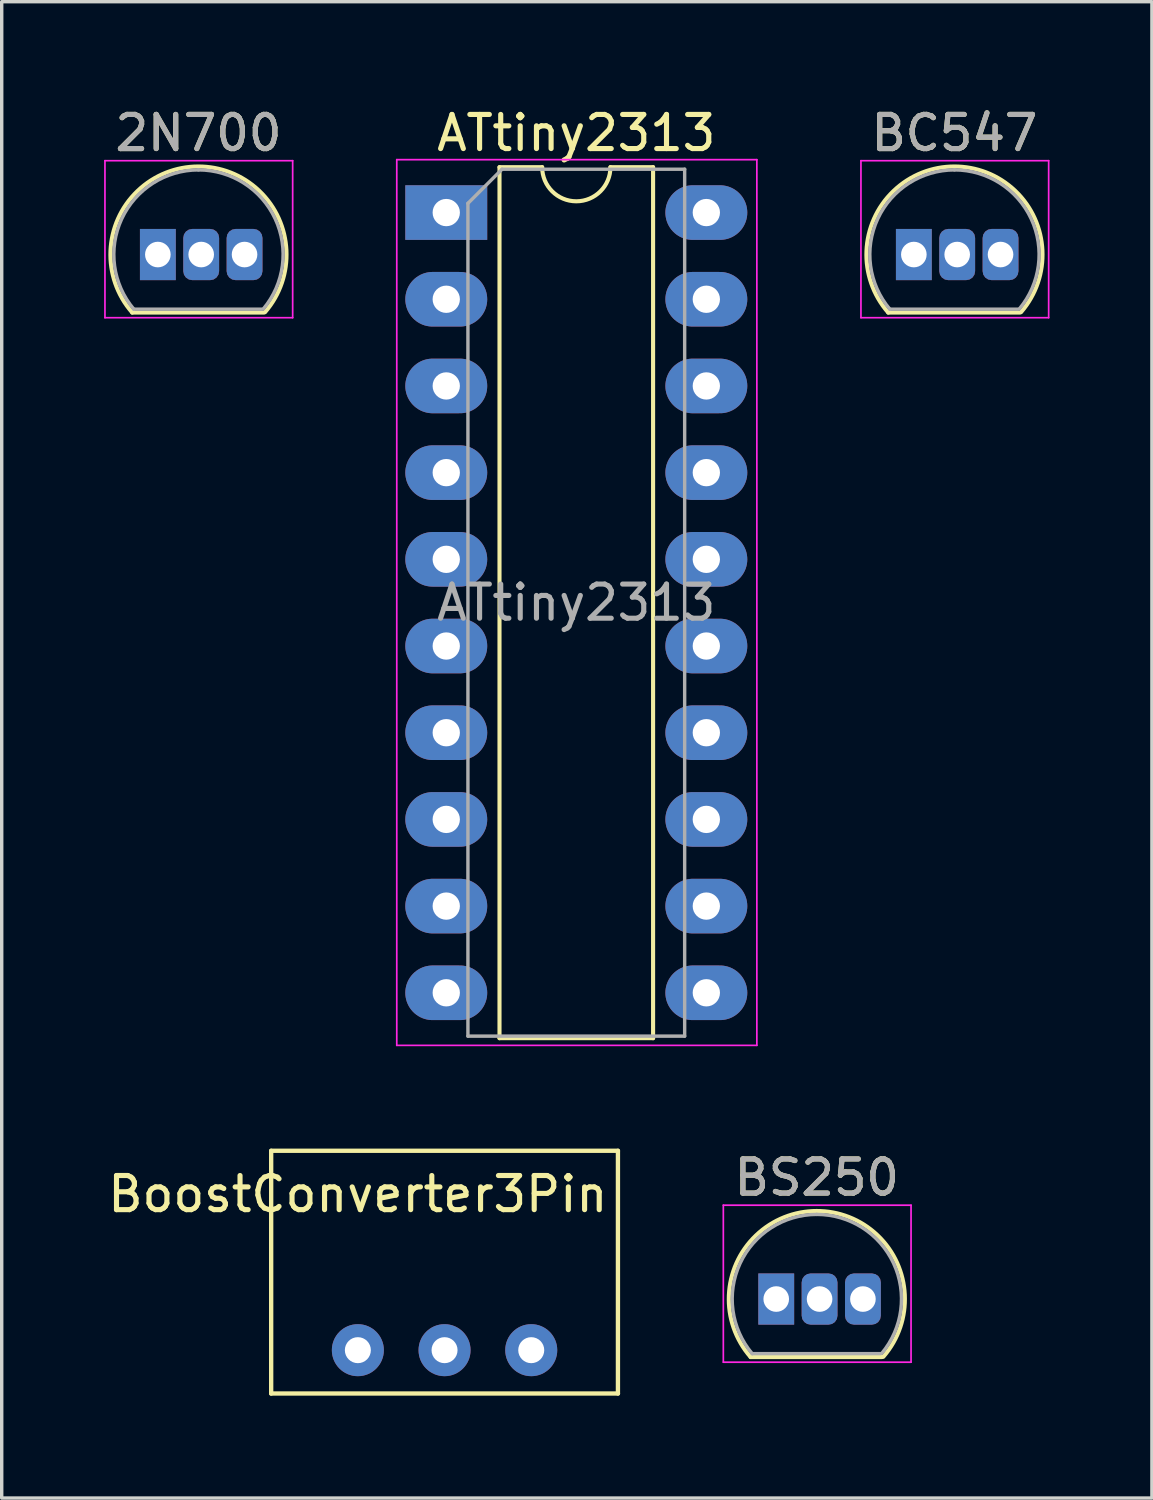
<source format=kicad_pcb>
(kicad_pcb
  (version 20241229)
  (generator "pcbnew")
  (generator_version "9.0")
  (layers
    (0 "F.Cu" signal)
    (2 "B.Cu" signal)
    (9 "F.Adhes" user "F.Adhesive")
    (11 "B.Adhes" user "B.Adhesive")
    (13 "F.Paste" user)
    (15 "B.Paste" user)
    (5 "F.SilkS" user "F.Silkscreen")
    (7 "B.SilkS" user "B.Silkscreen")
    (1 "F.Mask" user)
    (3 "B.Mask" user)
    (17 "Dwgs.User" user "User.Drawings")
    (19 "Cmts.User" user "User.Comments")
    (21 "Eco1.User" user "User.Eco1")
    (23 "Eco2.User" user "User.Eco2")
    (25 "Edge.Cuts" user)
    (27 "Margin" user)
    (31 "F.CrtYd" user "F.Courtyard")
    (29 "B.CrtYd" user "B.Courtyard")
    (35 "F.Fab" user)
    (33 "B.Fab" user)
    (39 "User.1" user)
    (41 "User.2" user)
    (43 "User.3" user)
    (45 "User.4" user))
  (footprint "2N700"
    (layer "F.Cu")
    (at 1.575 4.408)
    (property "Reference" "2N700" (at 1.19 -3.56 0) (layer "F.SilkS") (effects (font (size 1 1) (thickness 0.15))))
    (attr through_hole)
    (fp_line (start -0.75 1.7) (end 3.1 1.7) (stroke (width 0.12) (type solid)) (layer "F.SilkS"))
    (fp_arc (start -0.75 1.7) (mid 1.183448 -2.579449) (end 3.138611 1.690122) (stroke (width 0.12) (type solid)) (layer "F.SilkS"))
    (fp_line (start -1.55 -2.75) (end -1.55 1.85) (stroke (width 0.05) (type solid)) (layer "F.CrtYd"))
    (fp_line (start -1.55 -2.75) (end 3.95 -2.75) (stroke (width 0.05) (type solid)) (layer "F.CrtYd"))
    (fp_line (start 3.95 1.85) (end -1.55 1.85) (stroke (width 0.05) (type solid)) (layer "F.CrtYd"))
    (fp_line (start 3.95 1.85) (end 3.95 -2.75) (stroke (width 0.05) (type solid)) (layer "F.CrtYd"))
    (fp_line (start -0.7 1.6) (end 3.05 1.6) (stroke (width 0.1) (type solid)) (layer "F.Fab"))
    (fp_arc (start -0.702818 1.602385) (mid -1.059924 -1.043188) (end 1.19 -2.48) (stroke (width 0.1) (type solid)) (layer "F.Fab"))
    (fp_arc (start 1.19 -2.48) (mid 3.437211 -1.049019) (end 3.091103 1.592547) (stroke (width 0.1) (type solid)) (layer "F.Fab"))
    (fp_text user "${REFERENCE}" (at 1.19 -3.56 0) (layer "F.Fab") (effects (font (size 1 1) (thickness 0.15))))
    (pad "1" thru_hole rect (at 0 0) (size 1.05 1.5) (drill 0.75) (layers "*.Cu" "*.Mask"))
    (pad "2" thru_hole roundrect (at 1.27 0) (size 1.05 1.5) (drill 0.75) (layers "*.Cu" "*.Mask") (roundrect_rratio 0.25))
    (pad "3" thru_hole roundrect (at 2.54 0) (size 1.05 1.5) (drill 0.75) (layers "*.Cu" "*.Mask") (roundrect_rratio 0.25)))
  (footprint "BC547"
    (layer "F.Cu")
    (at 23.725 4.408)
    (property "Reference" "BC547" (at 1.19 -3.56 0) (layer "F.SilkS") (effects (font (size 1 1) (thickness 0.15))))
    (attr through_hole)
    (fp_line (start -0.75 1.7) (end 3.1 1.7) (stroke (width 0.12) (type solid)) (layer "F.SilkS"))
    (fp_arc (start -0.75 1.7) (mid 1.183448 -2.579449) (end 3.138611 1.690122) (stroke (width 0.12) (type solid)) (layer "F.SilkS"))
    (fp_line (start -1.55 -2.75) (end -1.55 1.85) (stroke (width 0.05) (type solid)) (layer "F.CrtYd"))
    (fp_line (start -1.55 -2.75) (end 3.95 -2.75) (stroke (width 0.05) (type solid)) (layer "F.CrtYd"))
    (fp_line (start 3.95 1.85) (end -1.55 1.85) (stroke (width 0.05) (type solid)) (layer "F.CrtYd"))
    (fp_line (start 3.95 1.85) (end 3.95 -2.75) (stroke (width 0.05) (type solid)) (layer "F.CrtYd"))
    (fp_line (start -0.7 1.6) (end 3.05 1.6) (stroke (width 0.1) (type solid)) (layer "F.Fab"))
    (fp_arc (start -0.702818 1.602385) (mid -1.059924 -1.043188) (end 1.19 -2.48) (stroke (width 0.1) (type solid)) (layer "F.Fab"))
    (fp_arc (start 1.19 -2.48) (mid 3.437211 -1.049019) (end 3.091103 1.592547) (stroke (width 0.1) (type solid)) (layer "F.Fab"))
    (fp_text user "${REFERENCE}" (at 1.19 -3.56 0) (layer "F.Fab") (effects (font (size 1 1) (thickness 0.15))))
    (pad "1" thru_hole rect (at 0 0) (size 1.05 1.5) (drill 0.75) (layers "*.Cu" "*.Mask"))
    (pad "2" thru_hole roundrect (at 1.27 0) (size 1.05 1.5) (drill 0.75) (layers "*.Cu" "*.Mask") (roundrect_rratio 0.25))
    (pad "3" thru_hole roundrect (at 2.54 0) (size 1.05 1.5) (drill 0.75) (layers "*.Cu" "*.Mask") (roundrect_rratio 0.25)))
  (footprint "ATtiny2313"
    (layer "F.Cu")
    (at 10.025 3.178)
    (property "Reference" "ATtiny2313" (at 3.81 -2.33 0) (layer "F.SilkS") (effects (font (size 1 1) (thickness 0.15))))
    (attr through_hole)
    (fp_line (start 1.56 -1.33) (end 1.56 24.19) (stroke (width 0.12) (type solid)) (layer "F.SilkS"))
    (fp_line (start 1.56 24.19) (end 6.06 24.19) (stroke (width 0.12) (type solid)) (layer "F.SilkS"))
    (fp_line (start 2.81 -1.33) (end 1.56 -1.33) (stroke (width 0.12) (type solid)) (layer "F.SilkS"))
    (fp_line (start 6.06 -1.33) (end 4.81 -1.33) (stroke (width 0.12) (type solid)) (layer "F.SilkS"))
    (fp_line (start 6.06 24.19) (end 6.06 -1.33) (stroke (width 0.12) (type solid)) (layer "F.SilkS"))
    (fp_arc (start 4.81 -1.33) (mid 3.81 -0.33) (end 2.81 -1.33) (stroke (width 0.12) (type solid)) (layer "F.SilkS"))
    (fp_line (start -1.45 -1.55) (end -1.45 24.4) (stroke (width 0.05) (type solid)) (layer "F.CrtYd"))
    (fp_line (start -1.45 24.4) (end 9.1 24.4) (stroke (width 0.05) (type solid)) (layer "F.CrtYd"))
    (fp_line (start 9.1 -1.55) (end -1.45 -1.55) (stroke (width 0.05) (type solid)) (layer "F.CrtYd"))
    (fp_line (start 9.1 24.4) (end 9.1 -1.55) (stroke (width 0.05) (type solid)) (layer "F.CrtYd"))
    (fp_line (start 0.635 -0.27) (end 1.635 -1.27) (stroke (width 0.1) (type solid)) (layer "F.Fab"))
    (fp_line (start 0.635 24.13) (end 0.635 -0.27) (stroke (width 0.1) (type solid)) (layer "F.Fab"))
    (fp_line (start 1.635 -1.27) (end 6.985 -1.27) (stroke (width 0.1) (type solid)) (layer "F.Fab"))
    (fp_line (start 6.985 -1.27) (end 6.985 24.13) (stroke (width 0.1) (type solid)) (layer "F.Fab"))
    (fp_line (start 6.985 24.13) (end 0.635 24.13) (stroke (width 0.1) (type solid)) (layer "F.Fab"))
    (fp_text user "${REFERENCE}" (at 3.81 11.43 0) (layer "F.Fab") (effects (font (size 1 1) (thickness 0.15))))
    (pad "1" thru_hole rect (at 0 0) (size 2.4 1.6) (drill 0.8) (layers "*.Cu" "*.Mask"))
    (pad "2" thru_hole oval (at 0 2.54) (size 2.4 1.6) (drill 0.8) (layers "*.Cu" "*.Mask"))
    (pad "3" thru_hole oval (at 0 5.08) (size 2.4 1.6) (drill 0.8) (layers "*.Cu" "*.Mask"))
    (pad "4" thru_hole oval (at 0 7.62) (size 2.4 1.6) (drill 0.8) (layers "*.Cu" "*.Mask"))
    (pad "5" thru_hole oval (at 0 10.16) (size 2.4 1.6) (drill 0.8) (layers "*.Cu" "*.Mask"))
    (pad "6" thru_hole oval (at 0 12.7) (size 2.4 1.6) (drill 0.8) (layers "*.Cu" "*.Mask"))
    (pad "7" thru_hole oval (at 0 15.24) (size 2.4 1.6) (drill 0.8) (layers "*.Cu" "*.Mask"))
    (pad "8" thru_hole oval (at 0 17.78) (size 2.4 1.6) (drill 0.8) (layers "*.Cu" "*.Mask"))
    (pad "9" thru_hole oval (at 0 20.32) (size 2.4 1.6) (drill 0.8) (layers "*.Cu" "*.Mask"))
    (pad "10" thru_hole oval (at 0 22.86) (size 2.4 1.6) (drill 0.8) (layers "*.Cu" "*.Mask"))
    (pad "11" thru_hole oval (at 7.62 22.86) (size 2.4 1.6) (drill 0.8) (layers "*.Cu" "*.Mask"))
    (pad "12" thru_hole oval (at 7.62 20.32) (size 2.4 1.6) (drill 0.8) (layers "*.Cu" "*.Mask"))
    (pad "13" thru_hole oval (at 7.62 17.78) (size 2.4 1.6) (drill 0.8) (layers "*.Cu" "*.Mask"))
    (pad "14" thru_hole oval (at 7.62 15.24) (size 2.4 1.6) (drill 0.8) (layers "*.Cu" "*.Mask"))
    (pad "15" thru_hole oval (at 7.62 12.7) (size 2.4 1.6) (drill 0.8) (layers "*.Cu" "*.Mask"))
    (pad "16" thru_hole oval (at 7.62 10.16) (size 2.4 1.6) (drill 0.8) (layers "*.Cu" "*.Mask"))
    (pad "17" thru_hole oval (at 7.62 7.62) (size 2.4 1.6) (drill 0.8) (layers "*.Cu" "*.Mask"))
    (pad "18" thru_hole oval (at 7.62 5.08) (size 2.4 1.6) (drill 0.8) (layers "*.Cu" "*.Mask"))
    (pad "19" thru_hole oval (at 7.62 2.54) (size 2.4 1.6) (drill 0.8) (layers "*.Cu" "*.Mask"))
    (pad "20" thru_hole oval (at 7.62 0) (size 2.4 1.6) (drill 0.8) (layers "*.Cu" "*.Mask")))
  (footprint "BoostConverter3Pin"
    (layer "F.Cu")
    (at 9.975 36.509)
    (property "Reference" "BoostConverter3Pin" (at -2.54 -4.572 0) (layer "F.SilkS") (effects (font (size 1 1) (thickness 0.15))))
    (attr through_hole)
    (fp_line (start -5.08 -5.842) (end 5.08 -5.842) (stroke (width 0.127) (type solid)) (layer "F.SilkS"))
    (fp_line (start -5.08 1.27) (end -5.08 -5.842) (stroke (width 0.127) (type solid)) (layer "F.SilkS"))
    (fp_line (start 5.08 -5.842) (end 5.08 1.27) (stroke (width 0.127) (type solid)) (layer "F.SilkS"))
    (fp_line (start 5.08 1.27) (end -5.08 1.27) (stroke (width 0.127) (type solid)) (layer "F.SilkS"))
    (pad "1" thru_hole circle (at -2.54 0) (size 1.524 1.524) (drill 0.762) (layers "*.Cu" "*.Mask"))
    (pad "2" thru_hole circle (at 0 0) (size 1.524 1.524) (drill 0.762) (layers "*.Cu" "*.Mask"))
    (pad "3" thru_hole circle (at 2.54 0) (size 1.524 1.524) (drill 0.762) (layers "*.Cu" "*.Mask")))
  (footprint "BS250"
    (layer "F.Cu")
    (at 19.693 35.011)
    (property "Reference" "BS250" (at 1.19 -3.56 0) (layer "F.SilkS") (effects (font (size 1 1) (thickness 0.15))))
    (attr through_hole)
    (fp_line (start -0.75 1.7) (end 3.1 1.7) (stroke (width 0.12) (type solid)) (layer "F.SilkS"))
    (fp_arc (start -0.75 1.7) (mid 1.183448 -2.579449) (end 3.138611 1.690122) (stroke (width 0.12) (type solid)) (layer "F.SilkS"))
    (fp_line (start -1.55 -2.75) (end -1.55 1.85) (stroke (width 0.05) (type solid)) (layer "F.CrtYd"))
    (fp_line (start -1.55 -2.75) (end 3.95 -2.75) (stroke (width 0.05) (type solid)) (layer "F.CrtYd"))
    (fp_line (start 3.95 1.85) (end -1.55 1.85) (stroke (width 0.05) (type solid)) (layer "F.CrtYd"))
    (fp_line (start 3.95 1.85) (end 3.95 -2.75) (stroke (width 0.05) (type solid)) (layer "F.CrtYd"))
    (fp_line (start -0.7 1.6) (end 3.05 1.6) (stroke (width 0.1) (type solid)) (layer "F.Fab"))
    (fp_arc (start -0.702818 1.602385) (mid -1.059924 -1.043188) (end 1.19 -2.48) (stroke (width 0.1) (type solid)) (layer "F.Fab"))
    (fp_arc (start 1.19 -2.48) (mid 3.437211 -1.049019) (end 3.091103 1.592547) (stroke (width 0.1) (type solid)) (layer "F.Fab"))
    (fp_text user "${REFERENCE}" (at 1.19 -3.56 0) (layer "F.Fab") (effects (font (size 1 1) (thickness 0.15))))
    (pad "1" thru_hole rect (at 0 0) (size 1.05 1.5) (drill 0.75) (layers "*.Cu" "*.Mask"))
    (pad "2" thru_hole roundrect (at 1.27 0) (size 1.05 1.5) (drill 0.75) (layers "*.Cu" "*.Mask") (roundrect_rratio 0.25))
    (pad "3" thru_hole roundrect (at 2.54 0) (size 1.05 1.5) (drill 0.75) (layers "*.Cu" "*.Mask") (roundrect_rratio 0.25)))
  (gr_rect
    (start -3 -3)
    (end 30.7 40.842)
    (stroke (width 0.1) (type default))
    (fill no)
    (layer "Edge.Cuts")))
</source>
